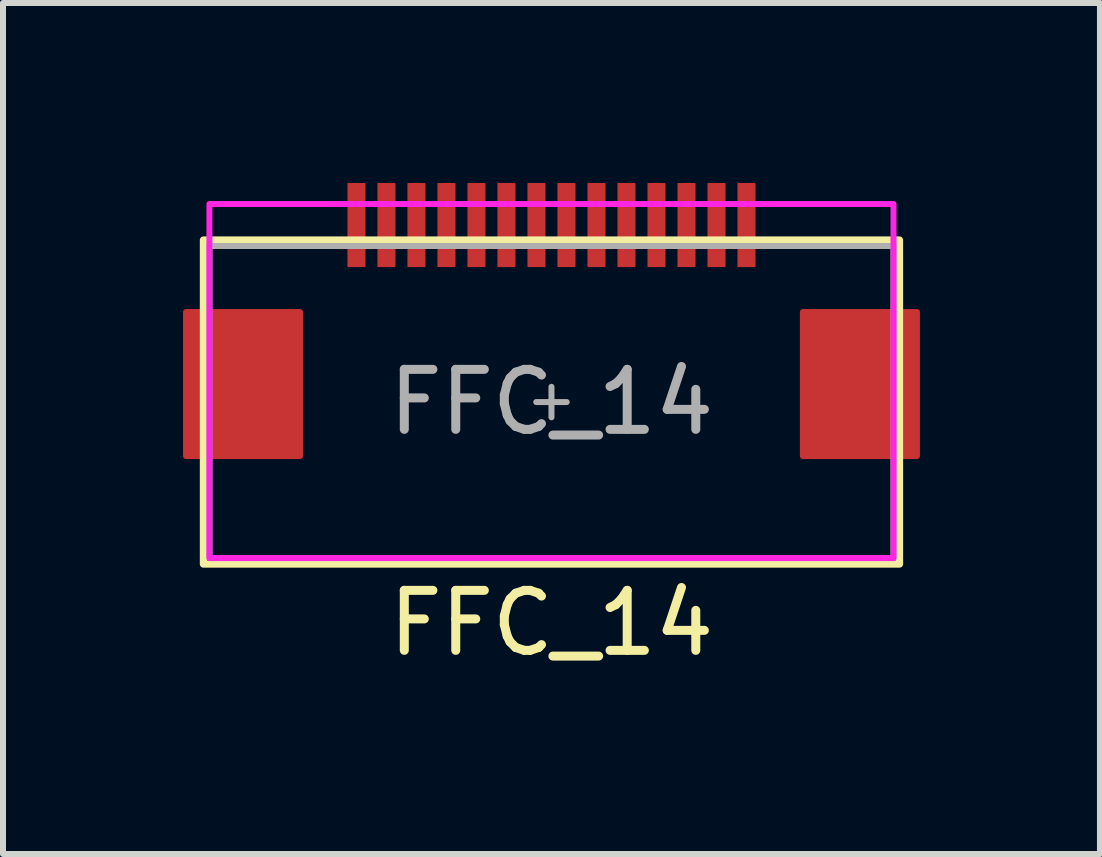
<source format=kicad_pcb>
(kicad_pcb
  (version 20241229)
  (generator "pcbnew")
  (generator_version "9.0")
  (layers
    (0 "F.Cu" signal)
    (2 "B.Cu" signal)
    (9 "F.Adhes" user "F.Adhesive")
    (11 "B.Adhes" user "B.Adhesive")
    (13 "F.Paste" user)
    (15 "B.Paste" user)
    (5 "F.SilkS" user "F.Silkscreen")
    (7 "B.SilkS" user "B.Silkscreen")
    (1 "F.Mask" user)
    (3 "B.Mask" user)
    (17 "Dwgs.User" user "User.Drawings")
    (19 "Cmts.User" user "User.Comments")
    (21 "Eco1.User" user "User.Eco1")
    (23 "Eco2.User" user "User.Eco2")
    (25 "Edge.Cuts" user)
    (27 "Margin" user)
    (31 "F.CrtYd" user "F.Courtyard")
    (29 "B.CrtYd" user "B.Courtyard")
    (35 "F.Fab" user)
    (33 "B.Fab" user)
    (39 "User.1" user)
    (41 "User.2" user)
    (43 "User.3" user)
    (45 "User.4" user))
  (footprint "FFC_14"
    (layer "F.Cu")
    (at 6.14 3.65)
    (property "Reference" "FFC_14" (at 0 3.683 0) (unlocked yes) (layer "F.SilkS") (effects (font (size 1 1) (thickness 0.15))))
    (attr smd)
    (fp_rect (start -5.8 -2.7) (end 5.8 2.7) (stroke (width 0.12) (type solid)) (fill no) (layer "F.SilkS"))
    (fp_rect (start -5.7 2.6) (end 5.7 -3.3) (stroke (width 0.1) (type solid)) (fill no) (layer "F.CrtYd"))
    (fp_line (start -0.254 0) (end 0.254 0) (stroke (width 0.1) (type solid)) (layer "F.Fab"))
    (fp_line (start 0 -0.254) (end 0 0.254) (stroke (width 0.1) (type solid)) (layer "F.Fab"))
    (fp_rect (start -5.7 -2.6) (end 5.7 2.6) (stroke (width 0.1) (type solid)) (fill no) (layer "F.Fab"))
    (fp_text user "${REFERENCE}" (at 0 0 0) (unlocked yes) (layer "F.Fab") (effects (font (size 1 1) (thickness 0.15))))
    (pad "1" smd roundrect (at -3.25 -2.95) (size 0.3 1.4) (layers "F.Cu") (roundrect_rratio 0.025))
    (pad "2" smd roundrect (at -2.75 -2.95) (size 0.3 1.4) (layers "F.Cu") (roundrect_rratio 0.025))
    (pad "3" smd roundrect (at -2.25 -2.95) (size 0.3 1.4) (layers "F.Cu") (roundrect_rratio 0.025))
    (pad "4" smd roundrect (at -1.75 -2.95) (size 0.3 1.4) (layers "F.Cu") (roundrect_rratio 0.025))
    (pad "5" smd roundrect (at -1.25 -2.95) (size 0.3 1.4) (layers "F.Cu") (roundrect_rratio 0.025))
    (pad "6" smd roundrect (at -0.75 -2.95) (size 0.3 1.4) (layers "F.Cu") (roundrect_rratio 0.025))
    (pad "7" smd roundrect (at -0.25 -2.95) (size 0.3 1.4) (layers "F.Cu") (roundrect_rratio 0.025))
    (pad "8" smd roundrect (at 0.25 -2.95) (size 0.3 1.4) (layers "F.Cu") (roundrect_rratio 0.025))
    (pad "9" smd roundrect (at 0.75 -2.95) (size 0.3 1.4) (layers "F.Cu") (roundrect_rratio 0.025))
    (pad "10" smd roundrect (at 1.25 -2.95) (size 0.3 1.4) (layers "F.Cu") (roundrect_rratio 0.025))
    (pad "11" smd roundrect (at 1.75 -2.95) (size 0.3 1.4) (layers "F.Cu") (roundrect_rratio 0.025))
    (pad "12" smd roundrect (at 2.25 -2.95) (size 0.3 1.4) (layers "F.Cu") (roundrect_rratio 0.025))
    (pad "13" smd roundrect (at 2.75 -2.95) (size 0.3 1.4) (layers "F.Cu") (roundrect_rratio 0.025))
    (pad "14" smd roundrect (at 3.25 -2.95) (size 0.3 1.4) (layers "F.Cu") (roundrect_rratio 0.025))
    (pad "MP" smd roundrect (at -5.14 -0.3 180) (size 2 2.5) (layers "F.Cu") (roundrect_rratio 0.025))
    (pad "MP" smd roundrect (at 5.14 -0.3 180) (size 2 2.5) (layers "F.Cu") (roundrect_rratio 0.025)))
  (gr_rect
    (start -3 -3)
    (end 15.28 11.181)
    (stroke (width 0.1) (type default))
    (fill no)
    (layer "Edge.Cuts")))
</source>
